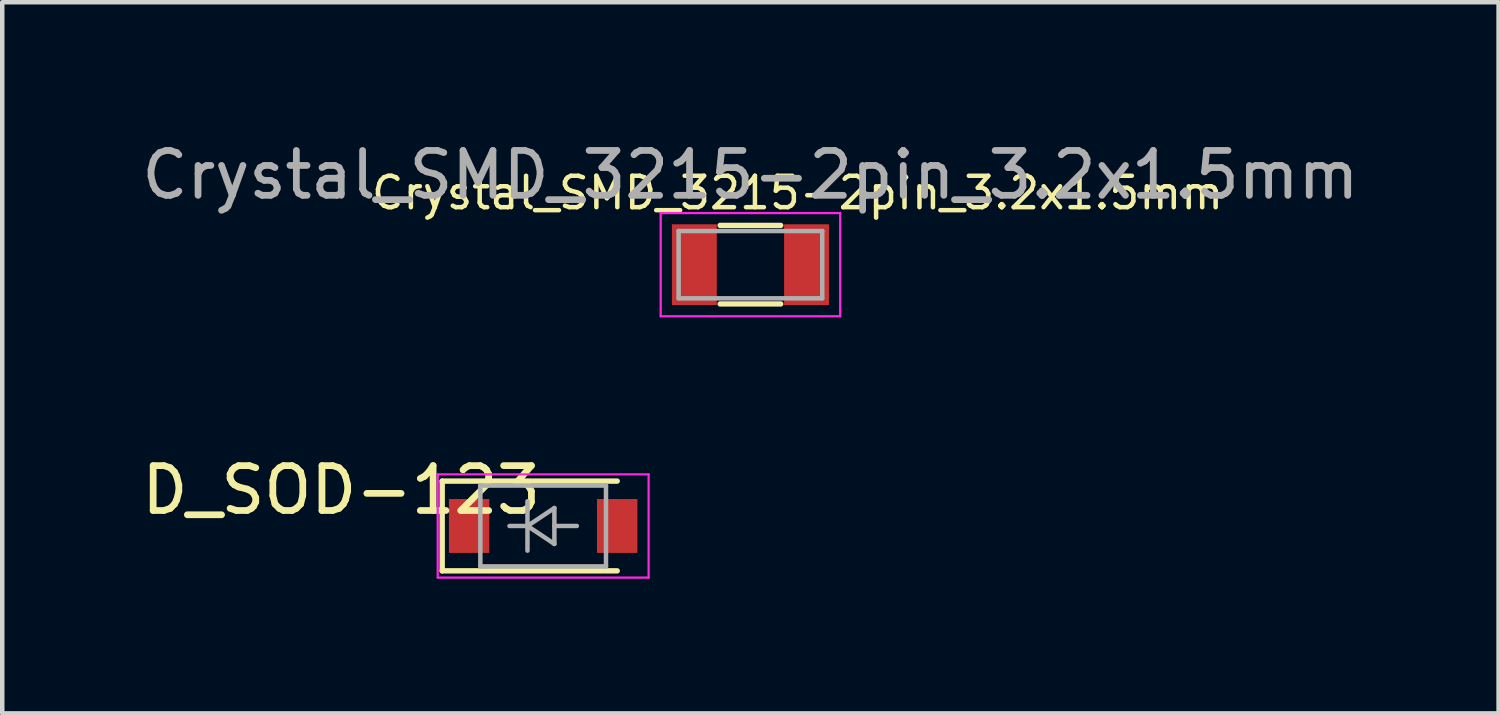
<source format=kicad_pcb>
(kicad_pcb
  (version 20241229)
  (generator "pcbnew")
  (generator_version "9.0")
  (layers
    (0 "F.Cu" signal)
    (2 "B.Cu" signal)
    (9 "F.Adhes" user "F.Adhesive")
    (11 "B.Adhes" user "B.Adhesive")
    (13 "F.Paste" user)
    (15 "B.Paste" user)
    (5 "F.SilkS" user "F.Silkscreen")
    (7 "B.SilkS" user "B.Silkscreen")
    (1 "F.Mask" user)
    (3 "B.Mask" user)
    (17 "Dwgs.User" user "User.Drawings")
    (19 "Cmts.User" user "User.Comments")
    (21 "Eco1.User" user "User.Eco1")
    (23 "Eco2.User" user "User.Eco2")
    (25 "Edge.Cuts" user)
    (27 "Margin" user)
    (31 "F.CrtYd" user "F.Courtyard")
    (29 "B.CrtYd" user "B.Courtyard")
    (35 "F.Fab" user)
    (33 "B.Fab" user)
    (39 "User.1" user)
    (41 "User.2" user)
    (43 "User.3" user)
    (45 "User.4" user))
  (footprint "Crystal_SMD_3215-2pin_3.2x1.5mm"
    (layer "F.Cu")
    (at 13.673 2.848)
    (property "Reference" "Crystal_SMD_3215-2pin_3.2x1.5mm" (at 1.05 -1.6 180) (layer "F.SilkS") (effects (font (size 0.7 0.7) (thickness 0.1))))
    (attr smd)
    (fp_line (start -0.675 -0.875) (end 0.675 -0.875) (stroke (width 0.12) (type solid)) (layer "F.SilkS"))
    (fp_line (start -0.675 0.875) (end 0.675 0.875) (stroke (width 0.12) (type solid)) (layer "F.SilkS"))
    (fp_line (start -2 -1.15) (end -2 1.15) (stroke (width 0.05) (type solid)) (layer "F.CrtYd"))
    (fp_line (start -2 -1.15) (end 2 -1.15) (stroke (width 0.05) (type solid)) (layer "F.CrtYd"))
    (fp_line (start -2 1.15) (end 2 1.15) (stroke (width 0.05) (type solid)) (layer "F.CrtYd"))
    (fp_line (start 2 -1.15) (end 2 1.15) (stroke (width 0.05) (type solid)) (layer "F.CrtYd"))
    (fp_line (start -1.6 -0.75) (end -1.6 0.75) (stroke (width 0.1) (type solid)) (layer "F.Fab"))
    (fp_line (start -1.6 -0.75) (end 1.6 -0.75) (stroke (width 0.1) (type solid)) (layer "F.Fab"))
    (fp_line (start -1.6 0.75) (end 1.6 0.75) (stroke (width 0.1) (type solid)) (layer "F.Fab"))
    (fp_line (start 1.6 -0.75) (end 1.6 0.75) (stroke (width 0.1) (type solid)) (layer "F.Fab"))
    (fp_text user "${REFERENCE}" (at 0 -2 0) (layer "F.Fab") (effects (font (size 1 1) (thickness 0.15))))
    (pad "1" smd rect (at 1.25 0) (size 1 1.8) (layers "F.Cu" "F.Mask" "F.Paste"))
    (pad "2" smd rect (at -1.25 0) (size 1 1.8) (layers "F.Cu" "F.Mask" "F.Paste")))
  (footprint "D_SOD-123"
    (layer "F.Cu")
    (at 9.054 8.671)
    (property "Reference" "D_SOD-123" (at -4.5 -0.8 0) (layer "F.SilkS") (effects (font (size 1 1) (thickness 0.15))))
    (attr smd)
    (fp_line (start -2.25 -1) (end -2.25 1) (stroke (width 0.12) (type solid)) (layer "F.SilkS"))
    (fp_line (start -2.25 -1) (end 1.65 -1) (stroke (width 0.12) (type solid)) (layer "F.SilkS"))
    (fp_line (start -2.25 1) (end 1.65 1) (stroke (width 0.12) (type solid)) (layer "F.SilkS"))
    (fp_line (start -2.35 -1.15) (end -2.35 1.15) (stroke (width 0.05) (type solid)) (layer "F.CrtYd"))
    (fp_line (start -2.35 -1.15) (end 2.35 -1.15) (stroke (width 0.05) (type solid)) (layer "F.CrtYd"))
    (fp_line (start 2.35 -1.15) (end 2.35 1.15) (stroke (width 0.05) (type solid)) (layer "F.CrtYd"))
    (fp_line (start 2.35 1.15) (end -2.35 1.15) (stroke (width 0.05) (type solid)) (layer "F.CrtYd"))
    (fp_line (start -1.4 -0.9) (end 1.4 -0.9) (stroke (width 0.1) (type solid)) (layer "F.Fab"))
    (fp_line (start -1.4 0.9) (end -1.4 -0.9) (stroke (width 0.1) (type solid)) (layer "F.Fab"))
    (fp_line (start -0.75 0) (end -0.35 0) (stroke (width 0.1) (type solid)) (layer "F.Fab"))
    (fp_line (start -0.35 0) (end -0.35 -0.55) (stroke (width 0.1) (type solid)) (layer "F.Fab"))
    (fp_line (start -0.35 0) (end -0.35 0.55) (stroke (width 0.1) (type solid)) (layer "F.Fab"))
    (fp_line (start -0.35 0) (end 0.25 -0.4) (stroke (width 0.1) (type solid)) (layer "F.Fab"))
    (fp_line (start 0.25 -0.4) (end 0.25 0.4) (stroke (width 0.1) (type solid)) (layer "F.Fab"))
    (fp_line (start 0.25 0) (end 0.75 0) (stroke (width 0.1) (type solid)) (layer "F.Fab"))
    (fp_line (start 0.25 0.4) (end -0.35 0) (stroke (width 0.1) (type solid)) (layer "F.Fab"))
    (fp_line (start 1.4 -0.9) (end 1.4 0.9) (stroke (width 0.1) (type solid)) (layer "F.Fab"))
    (fp_line (start 1.4 0.9) (end -1.4 0.9) (stroke (width 0.1) (type solid)) (layer "F.Fab"))
    (pad "1" smd rect (at -1.65 0) (size 0.9 1.2) (layers "F.Cu" "F.Mask" "F.Paste"))
    (pad "2" smd rect (at 1.65 0) (size 0.9 1.2) (layers "F.Cu" "F.Mask" "F.Paste")))
  (gr_rect
    (start -3 -3)
    (end 30.345 12.847)
    (stroke (width 0.1) (type default))
    (fill no)
    (layer "Edge.Cuts")))
</source>
